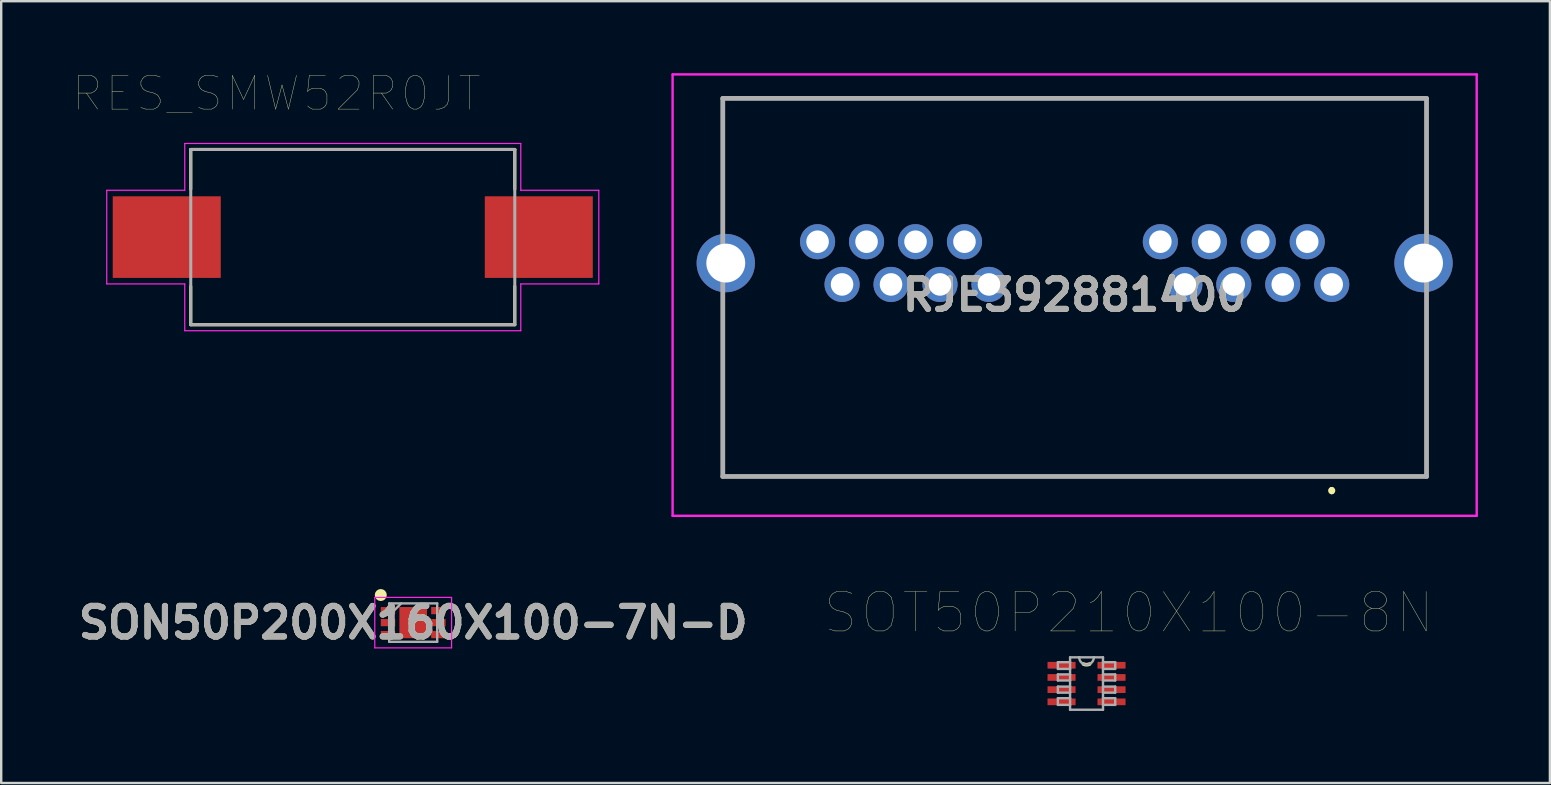
<source format=kicad_pcb>
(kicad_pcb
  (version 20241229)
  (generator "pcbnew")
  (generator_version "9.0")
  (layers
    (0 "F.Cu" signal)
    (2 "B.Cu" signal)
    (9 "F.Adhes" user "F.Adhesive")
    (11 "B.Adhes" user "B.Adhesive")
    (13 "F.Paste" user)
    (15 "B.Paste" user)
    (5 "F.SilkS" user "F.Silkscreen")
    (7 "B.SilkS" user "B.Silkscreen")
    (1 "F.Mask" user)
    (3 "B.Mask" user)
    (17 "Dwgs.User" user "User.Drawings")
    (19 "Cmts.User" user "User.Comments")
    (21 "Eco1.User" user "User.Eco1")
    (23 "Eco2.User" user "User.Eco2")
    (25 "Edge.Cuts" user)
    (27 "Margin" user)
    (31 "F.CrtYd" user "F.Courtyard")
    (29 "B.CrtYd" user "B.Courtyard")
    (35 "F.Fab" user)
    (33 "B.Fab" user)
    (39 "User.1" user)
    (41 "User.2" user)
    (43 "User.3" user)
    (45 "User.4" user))
  (footprint "SON50P200X160X100-7N-D"
    (layer "F.Cu")
    (at 14.164 22.89)
    (property "Reference" "SON50P200X160X100-7N-D" (at 0 0 0) (layer "F.SilkS") (effects (font (size 1.27 1.27) (thickness 0.254))))
    (attr smd)
    (fp_circle (center -1.35 -1.15) (end -1.35 -1.025) (stroke (width 0.25) (type solid)) (fill no) (layer "F.SilkS"))
    (fp_line (start -1.6 -1.05) (end 1.6 -1.05) (stroke (width 0.05) (type solid)) (layer "F.CrtYd"))
    (fp_line (start -1.6 1.05) (end -1.6 -1.05) (stroke (width 0.05) (type solid)) (layer "F.CrtYd"))
    (fp_line (start 1.6 -1.05) (end 1.6 1.05) (stroke (width 0.05) (type solid)) (layer "F.CrtYd"))
    (fp_line (start 1.6 1.05) (end -1.6 1.05) (stroke (width 0.05) (type solid)) (layer "F.CrtYd"))
    (fp_line (start -1 -0.8) (end 1 -0.8) (stroke (width 0.1) (type solid)) (layer "F.Fab"))
    (fp_line (start -1 -0.3) (end -0.5 -0.8) (stroke (width 0.1) (type solid)) (layer "F.Fab"))
    (fp_line (start -1 0.8) (end -1 -0.8) (stroke (width 0.1) (type solid)) (layer "F.Fab"))
    (fp_line (start 1 -0.8) (end 1 0.8) (stroke (width 0.1) (type solid)) (layer "F.Fab"))
    (fp_line (start 1 0.8) (end -1 0.8) (stroke (width 0.1) (type solid)) (layer "F.Fab"))
    (fp_text user "${REFERENCE}" (at 0 0 0) (layer "F.Fab") (effects (font (size 1.27 1.27) (thickness 0.254))))
    (pad "1" smd rect (at -1.05 -0.5 90) (size 0.3 0.6) (layers "F.Cu" "F.Mask" "F.Paste"))
    (pad "2" smd rect (at -1.05 0 90) (size 0.3 0.6) (layers "F.Cu" "F.Mask" "F.Paste"))
    (pad "3" smd rect (at -1.05 0.5 90) (size 0.3 0.6) (layers "F.Cu" "F.Mask" "F.Paste"))
    (pad "4" smd rect (at 1.05 0.5 90) (size 0.3 0.6) (layers "F.Cu" "F.Mask" "F.Paste"))
    (pad "5" smd rect (at 1.05 0 90) (size 0.3 0.6) (layers "F.Cu" "F.Mask" "F.Paste"))
    (pad "6" smd rect (at 1.05 -0.5 90) (size 0.3 0.6) (layers "F.Cu" "F.Mask" "F.Paste"))
    (pad "7" smd rect (at 0 0) (size 1.15 1.3) (layers "F.Cu" "F.Mask" "F.Paste")))
  (footprint "SOT50P210X100-8N"
    (layer "F.Cu")
    (at 42.217 25.428)
    (property "Reference" "SOT50P210X100-8N" (at 1.755 -2.951 0) (layer "F.SilkS") (effects (font (size 1.642 1.642) (thickness 0.015))))
    (attr through_hole)
    (fp_arc (start 0.127 -0.8128) (mid 0 -0.785226) (end -0.127 -0.8128) (stroke (width 0.1524) (type solid)) (layer "F.SilkS"))
    (fp_line (start -1.194 -0.889) (end -1.194 -0.61) (stroke (width 0.1) (type solid)) (layer "F.Fab"))
    (fp_line (start -1.194 -0.61) (end -0.686 -0.61) (stroke (width 0.1) (type solid)) (layer "F.Fab"))
    (fp_line (start -1.194 -0.381) (end -1.194 -0.127) (stroke (width 0.1) (type solid)) (layer "F.Fab"))
    (fp_line (start -1.194 -0.127) (end -0.686 -0.127) (stroke (width 0.1) (type solid)) (layer "F.Fab"))
    (fp_line (start -1.194 0.127) (end -1.194 0.381) (stroke (width 0.1) (type solid)) (layer "F.Fab"))
    (fp_line (start -1.194 0.381) (end -0.686 0.381) (stroke (width 0.1) (type solid)) (layer "F.Fab"))
    (fp_line (start -1.194 0.61) (end -1.194 0.889) (stroke (width 0.1) (type solid)) (layer "F.Fab"))
    (fp_line (start -1.194 0.889) (end -0.686 0.889) (stroke (width 0.1) (type solid)) (layer "F.Fab"))
    (fp_line (start -0.686 -1.092) (end -0.686 -0.889) (stroke (width 0.1) (type solid)) (layer "F.Fab"))
    (fp_line (start -0.686 -0.889) (end -1.194 -0.889) (stroke (width 0.1) (type solid)) (layer "F.Fab"))
    (fp_line (start -0.686 -0.889) (end -0.686 -0.61) (stroke (width 0.1) (type solid)) (layer "F.Fab"))
    (fp_line (start -0.686 -0.61) (end -0.686 -0.381) (stroke (width 0.1) (type solid)) (layer "F.Fab"))
    (fp_line (start -0.686 -0.381) (end -1.194 -0.381) (stroke (width 0.1) (type solid)) (layer "F.Fab"))
    (fp_line (start -0.686 -0.381) (end -0.686 -0.127) (stroke (width 0.1) (type solid)) (layer "F.Fab"))
    (fp_line (start -0.686 -0.127) (end -0.686 0.127) (stroke (width 0.1) (type solid)) (layer "F.Fab"))
    (fp_line (start -0.686 0.127) (end -1.194 0.127) (stroke (width 0.1) (type solid)) (layer "F.Fab"))
    (fp_line (start -0.686 0.127) (end -0.686 0.381) (stroke (width 0.1) (type solid)) (layer "F.Fab"))
    (fp_line (start -0.686 0.381) (end -0.686 0.61) (stroke (width 0.1) (type solid)) (layer "F.Fab"))
    (fp_line (start -0.686 0.61) (end -1.194 0.61) (stroke (width 0.1) (type solid)) (layer "F.Fab"))
    (fp_line (start -0.686 0.889) (end -0.686 0.61) (stroke (width 0.1) (type solid)) (layer "F.Fab"))
    (fp_line (start -0.686 1.092) (end -0.686 0.889) (stroke (width 0.1) (type solid)) (layer "F.Fab"))
    (fp_line (start -0.686 1.092) (end 0.686 1.092) (stroke (width 0.1) (type solid)) (layer "F.Fab"))
    (fp_line (start -0.305 -1.092) (end -0.686 -1.092) (stroke (width 0.1) (type solid)) (layer "F.Fab"))
    (fp_line (start 0.305 -1.092) (end -0.305 -1.092) (stroke (width 0.1) (type solid)) (layer "F.Fab"))
    (fp_line (start 0.686 -1.092) (end 0.305 -1.092) (stroke (width 0.1) (type solid)) (layer "F.Fab"))
    (fp_line (start 0.686 -1.092) (end 0.686 -0.889) (stroke (width 0.1) (type solid)) (layer "F.Fab"))
    (fp_line (start 0.686 -0.889) (end 0.686 -0.61) (stroke (width 0.1) (type solid)) (layer "F.Fab"))
    (fp_line (start 0.686 -0.61) (end 1.194 -0.61) (stroke (width 0.1) (type solid)) (layer "F.Fab"))
    (fp_line (start 0.686 -0.381) (end 0.686 -0.61) (stroke (width 0.1) (type solid)) (layer "F.Fab"))
    (fp_line (start 0.686 -0.127) (end 0.686 -0.381) (stroke (width 0.1) (type solid)) (layer "F.Fab"))
    (fp_line (start 0.686 -0.127) (end 1.194 -0.127) (stroke (width 0.1) (type solid)) (layer "F.Fab"))
    (fp_line (start 0.686 0.127) (end 0.686 -0.127) (stroke (width 0.1) (type solid)) (layer "F.Fab"))
    (fp_line (start 0.686 0.381) (end 0.686 0.127) (stroke (width 0.1) (type solid)) (layer "F.Fab"))
    (fp_line (start 0.686 0.381) (end 1.194 0.381) (stroke (width 0.1) (type solid)) (layer "F.Fab"))
    (fp_line (start 0.686 0.61) (end 0.686 0.381) (stroke (width 0.1) (type solid)) (layer "F.Fab"))
    (fp_line (start 0.686 0.889) (end 0.686 0.61) (stroke (width 0.1) (type solid)) (layer "F.Fab"))
    (fp_line (start 0.686 0.889) (end 1.194 0.889) (stroke (width 0.1) (type solid)) (layer "F.Fab"))
    (fp_line (start 0.686 1.092) (end 0.686 0.889) (stroke (width 0.1) (type solid)) (layer "F.Fab"))
    (fp_line (start 1.194 -0.889) (end 0.686 -0.889) (stroke (width 0.1) (type solid)) (layer "F.Fab"))
    (fp_line (start 1.194 -0.61) (end 1.194 -0.889) (stroke (width 0.1) (type solid)) (layer "F.Fab"))
    (fp_line (start 1.194 -0.381) (end 0.686 -0.381) (stroke (width 0.1) (type solid)) (layer "F.Fab"))
    (fp_line (start 1.194 -0.127) (end 1.194 -0.381) (stroke (width 0.1) (type solid)) (layer "F.Fab"))
    (fp_line (start 1.194 0.127) (end 0.686 0.127) (stroke (width 0.1) (type solid)) (layer "F.Fab"))
    (fp_line (start 1.194 0.381) (end 1.194 0.127) (stroke (width 0.1) (type solid)) (layer "F.Fab"))
    (fp_line (start 1.194 0.61) (end 0.686 0.61) (stroke (width 0.1) (type solid)) (layer "F.Fab"))
    (fp_line (start 1.194 0.889) (end 1.194 0.61) (stroke (width 0.1) (type solid)) (layer "F.Fab"))
    (fp_arc (start 0.3048 -1.0922) (mid 0 -0.7874) (end -0.3048 -1.0922) (stroke (width 0.1) (type solid)) (layer "F.Fab"))
    (pad "1" smd rect (at -1.041 -0.762) (size 1.168 0.279) (layers "F.Cu" "F.Mask" "F.Paste"))
    (pad "2" smd rect (at -1.041 -0.254) (size 1.168 0.279) (layers "F.Cu" "F.Mask" "F.Paste"))
    (pad "3" smd rect (at -1.041 0.254) (size 1.168 0.279) (layers "F.Cu" "F.Mask" "F.Paste"))
    (pad "4" smd rect (at -1.041 0.762) (size 1.168 0.279) (layers "F.Cu" "F.Mask" "F.Paste"))
    (pad "5" smd rect (at 1.041 0.762) (size 1.168 0.279) (layers "F.Cu" "F.Mask" "F.Paste"))
    (pad "6" smd rect (at 1.041 0.254) (size 1.168 0.279) (layers "F.Cu" "F.Mask" "F.Paste"))
    (pad "7" smd rect (at 1.041 -0.254) (size 1.168 0.279) (layers "F.Cu" "F.Mask" "F.Paste"))
    (pad "8" smd rect (at 1.041 -0.762) (size 1.168 0.279) (layers "F.Cu" "F.Mask" "F.Paste")))
  (footprint "RJE392881400"
    (layer "F.Cu")
    (at 52.432 8.8)
    (property "Reference" "RJE392881400" (at -10.71 0.445 0) (layer "F.SilkS") (effects (font (size 1.27 1.27) (thickness 0.254))))
    (attr through_hole)
    (fp_line (start -23.465 -7.75) (end 2.045 -7.75) (stroke (width 0.1) (type solid)) (layer "F.SilkS"))
    (fp_line (start -23.465 8) (end 2.045 8) (stroke (width 0.1) (type solid)) (layer "F.SilkS"))
    (fp_line (start 0 8.54) (end 0 8.54) (stroke (width 0.2) (type solid)) (layer "F.SilkS"))
    (fp_line (start 0 8.64) (end 0 8.64) (stroke (width 0.2) (type solid)) (layer "F.SilkS"))
    (fp_line (start 2.045 -7.75) (end 3.95 -7.75) (stroke (width 0.1) (type solid)) (layer "F.SilkS"))
    (fp_arc (start 0 8.54) (mid 0.05 8.59) (end 0 8.64) (stroke (width 0.2) (type solid)) (layer "F.SilkS"))
    (fp_arc (start 0 8.64) (mid -0.05 8.59) (end 0 8.54) (stroke (width 0.2) (type solid)) (layer "F.SilkS"))
    (fp_line (start -27.46 -8.75) (end 6.04 -8.75) (stroke (width 0.1) (type solid)) (layer "F.CrtYd"))
    (fp_line (start -27.46 9.64) (end -27.46 -8.75) (stroke (width 0.1) (type solid)) (layer "F.CrtYd"))
    (fp_line (start 6.04 -8.75) (end 6.04 9.64) (stroke (width 0.1) (type solid)) (layer "F.CrtYd"))
    (fp_line (start 6.04 9.64) (end -27.46 9.64) (stroke (width 0.1) (type solid)) (layer "F.CrtYd"))
    (fp_line (start -25.37 -7.75) (end 3.95 -7.75) (stroke (width 0.2) (type solid)) (layer "F.Fab"))
    (fp_line (start -25.37 8) (end -25.37 -7.75) (stroke (width 0.2) (type solid)) (layer "F.Fab"))
    (fp_line (start 3.95 -7.75) (end 3.95 8) (stroke (width 0.2) (type solid)) (layer "F.Fab"))
    (fp_line (start 3.95 8) (end -25.37 8) (stroke (width 0.2) (type solid)) (layer "F.Fab"))
    (fp_text user "${REFERENCE}" (at -10.71 0.445 0) (layer "F.Fab") (effects (font (size 1.27 1.27) (thickness 0.254))))
    (pad "" np_thru_hole circle (at -23.465 2.54) (size 0.001 0.001) (drill 3.3) (layers "*.Cu" "*.Mask"))
    (pad "" np_thru_hole circle (at 2.045 2.54) (size 0.001 0.001) (drill 3.3) (layers "*.Cu" "*.Mask"))
    (pad "1" thru_hole circle (at 0 0) (size 1.462 1.462) (drill 0.94) (layers "*.Cu" "*.Mask"))
    (pad "2" thru_hole circle (at -1.02 -1.78) (size 1.462 1.462) (drill 0.94) (layers "*.Cu" "*.Mask"))
    (pad "3" thru_hole circle (at -2.04 0) (size 1.462 1.462) (drill 0.94) (layers "*.Cu" "*.Mask"))
    (pad "4" thru_hole circle (at -3.06 -1.78) (size 1.462 1.462) (drill 0.94) (layers "*.Cu" "*.Mask"))
    (pad "5" thru_hole circle (at -4.08 0) (size 1.462 1.462) (drill 0.94) (layers "*.Cu" "*.Mask"))
    (pad "6" thru_hole circle (at -5.1 -1.78) (size 1.462 1.462) (drill 0.94) (layers "*.Cu" "*.Mask"))
    (pad "7" thru_hole circle (at -6.12 0) (size 1.462 1.462) (drill 0.94) (layers "*.Cu" "*.Mask"))
    (pad "8" thru_hole circle (at -7.14 -1.78) (size 1.462 1.462) (drill 0.94) (layers "*.Cu" "*.Mask"))
    (pad "9" thru_hole circle (at -14.28 0) (size 1.462 1.462) (drill 0.94) (layers "*.Cu" "*.Mask"))
    (pad "10" thru_hole circle (at -15.3 -1.78) (size 1.462 1.462) (drill 0.94) (layers "*.Cu" "*.Mask"))
    (pad "11" thru_hole circle (at -16.32 0) (size 1.462 1.462) (drill 0.94) (layers "*.Cu" "*.Mask"))
    (pad "12" thru_hole circle (at -17.34 -1.78) (size 1.462 1.462) (drill 0.94) (layers "*.Cu" "*.Mask"))
    (pad "13" thru_hole circle (at -18.36 0) (size 1.462 1.462) (drill 0.94) (layers "*.Cu" "*.Mask"))
    (pad "14" thru_hole circle (at -19.38 -1.78) (size 1.462 1.462) (drill 0.94) (layers "*.Cu" "*.Mask"))
    (pad "15" thru_hole circle (at -20.4 0) (size 1.462 1.462) (drill 0.94) (layers "*.Cu" "*.Mask"))
    (pad "16" thru_hole circle (at -21.42 -1.78) (size 1.462 1.462) (drill 0.94) (layers "*.Cu" "*.Mask"))
    (pad "MH1" thru_hole circle (at -25.245 -0.89) (size 2.43 2.43) (drill 1.62) (layers "*.Cu" "*.Mask"))
    (pad "MH2" thru_hole circle (at 3.825 -0.89) (size 2.43 2.43) (drill 1.62) (layers "*.Cu" "*.Mask")))
  (footprint "RES_SMW52R0JT"
    (layer "F.Cu")
    (at 11.647 6.828)
    (property "Reference" "RES_SMW52R0JT" (at -3.181 -5.981 0) (layer "F.SilkS") (effects (font (size 1.403 1.403) (thickness 0.015))))
    (attr through_hole)
    (fp_line (start -6.75 -3.65) (end 6.75 -3.65) (stroke (width 0.127) (type solid)) (layer "F.SilkS"))
    (fp_line (start -6.75 -2) (end -6.75 -3.65) (stroke (width 0.127) (type solid)) (layer "F.SilkS"))
    (fp_line (start -6.75 3.65) (end -6.75 2.05) (stroke (width 0.127) (type solid)) (layer "F.SilkS"))
    (fp_line (start 6.75 -3.65) (end 6.75 -2) (stroke (width 0.127) (type solid)) (layer "F.SilkS"))
    (fp_line (start 6.75 2.05) (end 6.75 3.65) (stroke (width 0.127) (type solid)) (layer "F.SilkS"))
    (fp_line (start 6.75 3.65) (end -6.75 3.65) (stroke (width 0.127) (type solid)) (layer "F.SilkS"))
    (fp_line (start -10.25 -1.95) (end -7 -1.95) (stroke (width 0.05) (type solid)) (layer "F.CrtYd"))
    (fp_line (start -10.25 1.95) (end -10.25 -1.95) (stroke (width 0.05) (type solid)) (layer "F.CrtYd"))
    (fp_line (start -7 -3.9) (end 7 -3.9) (stroke (width 0.05) (type solid)) (layer "F.CrtYd"))
    (fp_line (start -7 -1.95) (end -7 -3.9) (stroke (width 0.05) (type solid)) (layer "F.CrtYd"))
    (fp_line (start -7 1.95) (end -10.25 1.95) (stroke (width 0.05) (type solid)) (layer "F.CrtYd"))
    (fp_line (start -7 3.9) (end -7 1.95) (stroke (width 0.05) (type solid)) (layer "F.CrtYd"))
    (fp_line (start 7 -3.9) (end 7 -1.95) (stroke (width 0.05) (type solid)) (layer "F.CrtYd"))
    (fp_line (start 7 -1.95) (end 10.25 -1.95) (stroke (width 0.05) (type solid)) (layer "F.CrtYd"))
    (fp_line (start 7 1.95) (end 7 3.9) (stroke (width 0.05) (type solid)) (layer "F.CrtYd"))
    (fp_line (start 7 3.9) (end -7 3.9) (stroke (width 0.05) (type solid)) (layer "F.CrtYd"))
    (fp_line (start 10.25 -1.95) (end 10.25 1.95) (stroke (width 0.05) (type solid)) (layer "F.CrtYd"))
    (fp_line (start 10.25 1.95) (end 7 1.95) (stroke (width 0.05) (type solid)) (layer "F.CrtYd"))
    (fp_line (start -6.75 -3.65) (end 6.75 -3.65) (stroke (width 0.127) (type solid)) (layer "F.Fab"))
    (fp_line (start -6.75 3.65) (end -6.75 -3.65) (stroke (width 0.127) (type solid)) (layer "F.Fab"))
    (fp_line (start 6.75 -3.65) (end 6.75 3.65) (stroke (width 0.127) (type solid)) (layer "F.Fab"))
    (fp_line (start 6.75 3.65) (end -6.75 3.65) (stroke (width 0.127) (type solid)) (layer "F.Fab"))
    (pad "1" smd rect (at -7.75 0) (size 4.5 3.4) (layers "F.Cu" "F.Mask" "F.Paste"))
    (pad "2" smd rect (at 7.75 0) (size 4.5 3.4) (layers "F.Cu" "F.Mask" "F.Paste")))
  (gr_rect
    (start -3 -3)
    (end 61.522 29.57)
    (stroke (width 0.1) (type default))
    (fill no)
    (layer "Edge.Cuts")))
</source>
